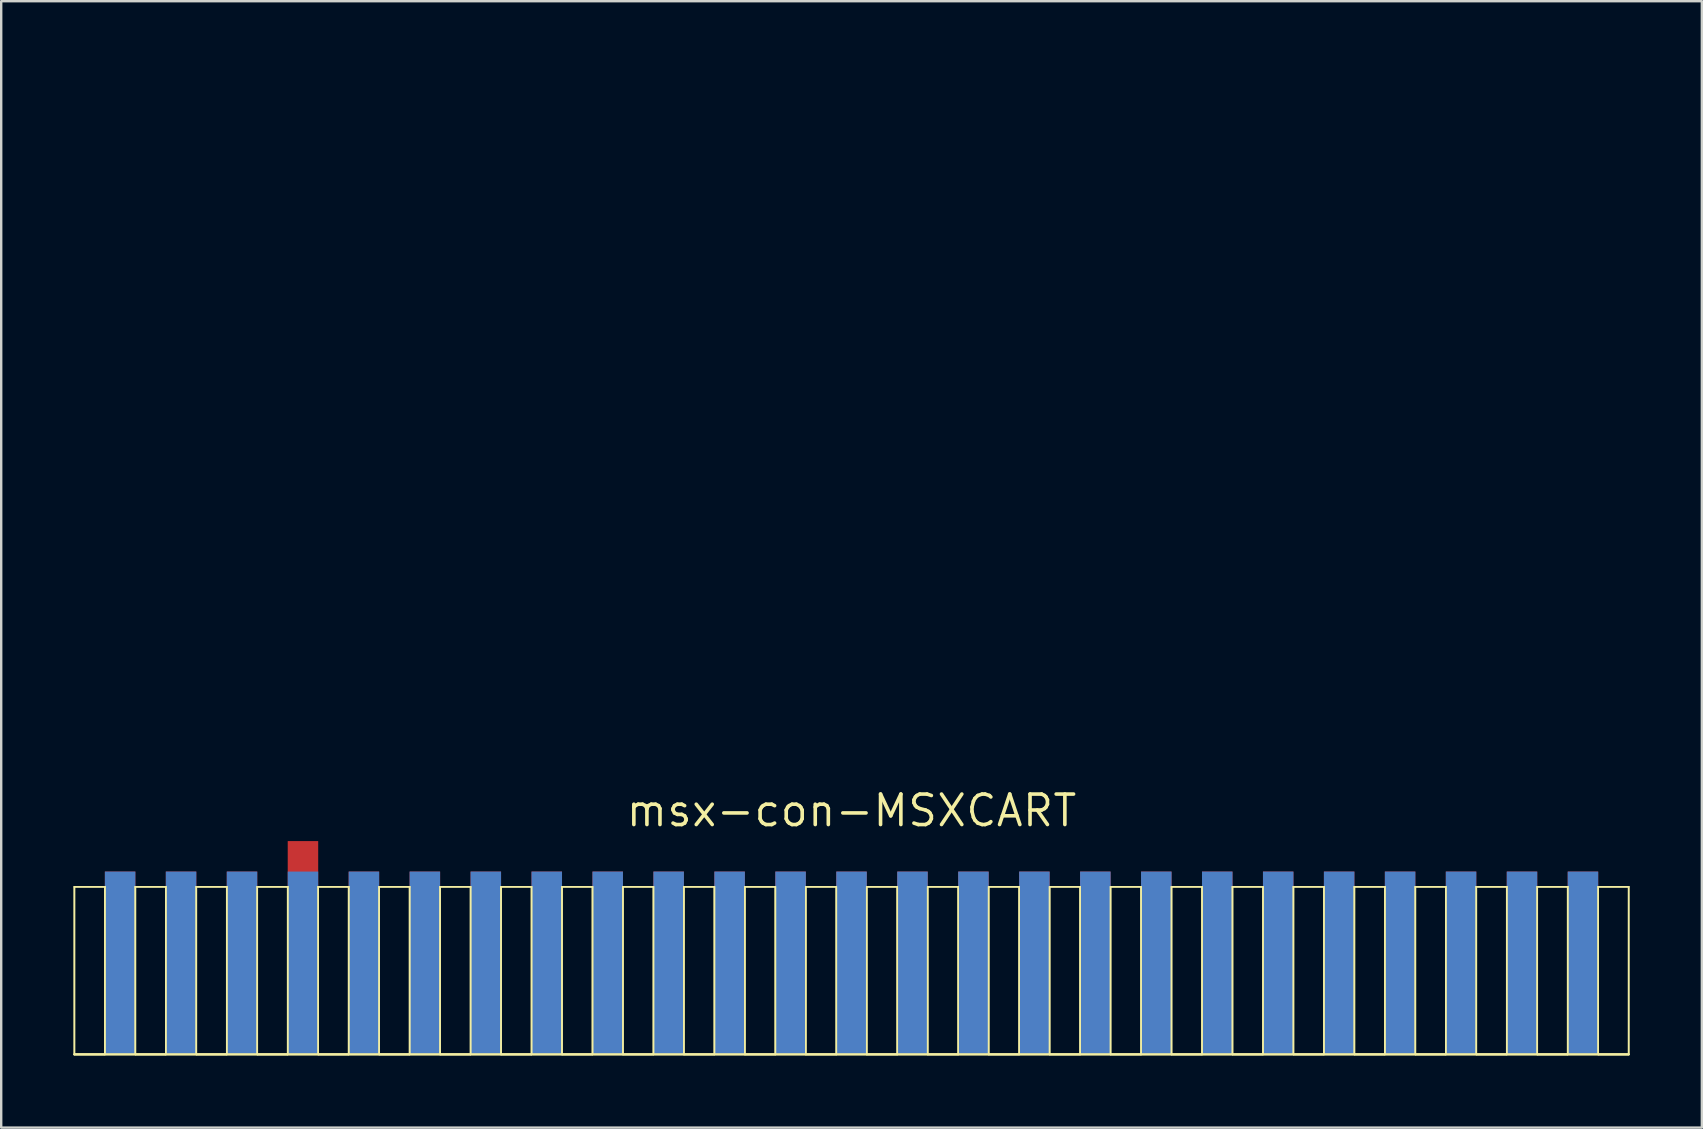
<source format=kicad_pcb>
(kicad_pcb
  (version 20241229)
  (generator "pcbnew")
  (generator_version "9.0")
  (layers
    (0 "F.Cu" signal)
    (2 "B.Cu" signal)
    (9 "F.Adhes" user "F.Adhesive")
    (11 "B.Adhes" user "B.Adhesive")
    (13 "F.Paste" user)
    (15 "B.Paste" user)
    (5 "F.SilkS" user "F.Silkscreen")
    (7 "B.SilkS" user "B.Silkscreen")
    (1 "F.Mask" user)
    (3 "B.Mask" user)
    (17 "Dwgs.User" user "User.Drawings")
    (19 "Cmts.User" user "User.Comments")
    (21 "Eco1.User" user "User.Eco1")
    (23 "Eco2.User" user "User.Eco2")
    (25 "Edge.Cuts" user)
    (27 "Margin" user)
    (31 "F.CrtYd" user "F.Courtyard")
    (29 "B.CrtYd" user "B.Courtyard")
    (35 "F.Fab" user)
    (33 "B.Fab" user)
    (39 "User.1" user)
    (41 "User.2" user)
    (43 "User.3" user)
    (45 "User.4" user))
  (footprint "msx-con-MSXCART"
    (layer "F.Cu")
    (at 28.625 0.25)
    (property "Reference" "msx-con-MSXCART" (at 3.81 30.48 0) (layer "F.SilkS") (effects (font (size 1.27 1.27) (thickness 0.15))))
    (attr smd)
    (fp_line (start -28.575 33.655) (end -27.305 33.655) (stroke (width 0.066) (type solid)) (layer "F.SilkS"))
    (fp_line (start -28.575 33.655) (end -27.305 33.655) (stroke (width 0.066) (type solid)) (layer "F.SilkS"))
    (fp_line (start -28.575 40.64) (end -28.575 33.655) (stroke (width 0.066) (type solid)) (layer "F.SilkS"))
    (fp_line (start -28.575 40.64) (end -28.575 33.655) (stroke (width 0.066) (type solid)) (layer "F.SilkS"))
    (fp_line (start -28.575 40.64) (end -27.305 40.64) (stroke (width 0.066) (type solid)) (layer "F.SilkS"))
    (fp_line (start -28.575 40.64) (end -27.305 40.64) (stroke (width 0.066) (type solid)) (layer "F.SilkS"))
    (fp_line (start -28.575 40.64) (end 36.195 40.64) (stroke (width 0.1) (type solid)) (layer "F.SilkS"))
    (fp_line (start -27.305 40.64) (end -27.305 33.655) (stroke (width 0.066) (type solid)) (layer "F.SilkS"))
    (fp_line (start -27.305 40.64) (end -27.305 33.655) (stroke (width 0.066) (type solid)) (layer "F.SilkS"))
    (fp_line (start -26.035 33.655) (end -24.765 33.655) (stroke (width 0.066) (type solid)) (layer "F.SilkS"))
    (fp_line (start -26.035 33.655) (end -24.765 33.655) (stroke (width 0.066) (type solid)) (layer "F.SilkS"))
    (fp_line (start -26.035 40.64) (end -26.035 33.655) (stroke (width 0.066) (type solid)) (layer "F.SilkS"))
    (fp_line (start -26.035 40.64) (end -26.035 33.655) (stroke (width 0.066) (type solid)) (layer "F.SilkS"))
    (fp_line (start -26.035 40.64) (end -24.765 40.64) (stroke (width 0.066) (type solid)) (layer "F.SilkS"))
    (fp_line (start -26.035 40.64) (end -24.765 40.64) (stroke (width 0.066) (type solid)) (layer "F.SilkS"))
    (fp_line (start -24.765 40.64) (end -24.765 33.655) (stroke (width 0.066) (type solid)) (layer "F.SilkS"))
    (fp_line (start -24.765 40.64) (end -24.765 33.655) (stroke (width 0.066) (type solid)) (layer "F.SilkS"))
    (fp_line (start -23.495 33.655) (end -22.225 33.655) (stroke (width 0.066) (type solid)) (layer "F.SilkS"))
    (fp_line (start -23.495 33.655) (end -22.225 33.655) (stroke (width 0.066) (type solid)) (layer "F.SilkS"))
    (fp_line (start -23.495 40.64) (end -23.495 33.655) (stroke (width 0.066) (type solid)) (layer "F.SilkS"))
    (fp_line (start -23.495 40.64) (end -23.495 33.655) (stroke (width 0.066) (type solid)) (layer "F.SilkS"))
    (fp_line (start -23.495 40.64) (end -22.225 40.64) (stroke (width 0.066) (type solid)) (layer "F.SilkS"))
    (fp_line (start -23.495 40.64) (end -22.225 40.64) (stroke (width 0.066) (type solid)) (layer "F.SilkS"))
    (fp_line (start -22.225 40.64) (end -22.225 33.655) (stroke (width 0.066) (type solid)) (layer "F.SilkS"))
    (fp_line (start -22.225 40.64) (end -22.225 33.655) (stroke (width 0.066) (type solid)) (layer "F.SilkS"))
    (fp_line (start -20.955 33.655) (end -19.685 33.655) (stroke (width 0.066) (type solid)) (layer "F.SilkS"))
    (fp_line (start -20.955 33.655) (end -19.685 33.655) (stroke (width 0.066) (type solid)) (layer "F.SilkS"))
    (fp_line (start -20.955 40.64) (end -20.955 33.655) (stroke (width 0.066) (type solid)) (layer "F.SilkS"))
    (fp_line (start -20.955 40.64) (end -20.955 33.655) (stroke (width 0.066) (type solid)) (layer "F.SilkS"))
    (fp_line (start -20.955 40.64) (end -19.685 40.64) (stroke (width 0.066) (type solid)) (layer "F.SilkS"))
    (fp_line (start -20.955 40.64) (end -19.685 40.64) (stroke (width 0.066) (type solid)) (layer "F.SilkS"))
    (fp_line (start -19.685 40.64) (end -19.685 33.655) (stroke (width 0.066) (type solid)) (layer "F.SilkS"))
    (fp_line (start -19.685 40.64) (end -19.685 33.655) (stroke (width 0.066) (type solid)) (layer "F.SilkS"))
    (fp_line (start -18.415 33.655) (end -17.145 33.655) (stroke (width 0.066) (type solid)) (layer "F.SilkS"))
    (fp_line (start -18.415 33.655) (end -17.145 33.655) (stroke (width 0.066) (type solid)) (layer "F.SilkS"))
    (fp_line (start -18.415 40.64) (end -18.415 33.655) (stroke (width 0.066) (type solid)) (layer "F.SilkS"))
    (fp_line (start -18.415 40.64) (end -18.415 33.655) (stroke (width 0.066) (type solid)) (layer "F.SilkS"))
    (fp_line (start -18.415 40.64) (end -17.145 40.64) (stroke (width 0.066) (type solid)) (layer "F.SilkS"))
    (fp_line (start -18.415 40.64) (end -17.145 40.64) (stroke (width 0.066) (type solid)) (layer "F.SilkS"))
    (fp_line (start -17.145 40.64) (end -17.145 33.655) (stroke (width 0.066) (type solid)) (layer "F.SilkS"))
    (fp_line (start -17.145 40.64) (end -17.145 33.655) (stroke (width 0.066) (type solid)) (layer "F.SilkS"))
    (fp_line (start -15.875 33.655) (end -14.605 33.655) (stroke (width 0.066) (type solid)) (layer "F.SilkS"))
    (fp_line (start -15.875 33.655) (end -14.605 33.655) (stroke (width 0.066) (type solid)) (layer "F.SilkS"))
    (fp_line (start -15.875 40.64) (end -15.875 33.655) (stroke (width 0.066) (type solid)) (layer "F.SilkS"))
    (fp_line (start -15.875 40.64) (end -15.875 33.655) (stroke (width 0.066) (type solid)) (layer "F.SilkS"))
    (fp_line (start -15.875 40.64) (end -14.605 40.64) (stroke (width 0.066) (type solid)) (layer "F.SilkS"))
    (fp_line (start -15.875 40.64) (end -14.605 40.64) (stroke (width 0.066) (type solid)) (layer "F.SilkS"))
    (fp_line (start -14.605 40.64) (end -14.605 33.655) (stroke (width 0.066) (type solid)) (layer "F.SilkS"))
    (fp_line (start -14.605 40.64) (end -14.605 33.655) (stroke (width 0.066) (type solid)) (layer "F.SilkS"))
    (fp_line (start -13.335 33.655) (end -12.065 33.655) (stroke (width 0.066) (type solid)) (layer "F.SilkS"))
    (fp_line (start -13.335 33.655) (end -12.065 33.655) (stroke (width 0.066) (type solid)) (layer "F.SilkS"))
    (fp_line (start -13.335 40.64) (end -13.335 33.655) (stroke (width 0.066) (type solid)) (layer "F.SilkS"))
    (fp_line (start -13.335 40.64) (end -13.335 33.655) (stroke (width 0.066) (type solid)) (layer "F.SilkS"))
    (fp_line (start -13.335 40.64) (end -12.065 40.64) (stroke (width 0.066) (type solid)) (layer "F.SilkS"))
    (fp_line (start -13.335 40.64) (end -12.065 40.64) (stroke (width 0.066) (type solid)) (layer "F.SilkS"))
    (fp_line (start -12.065 40.64) (end -12.065 33.655) (stroke (width 0.066) (type solid)) (layer "F.SilkS"))
    (fp_line (start -12.065 40.64) (end -12.065 33.655) (stroke (width 0.066) (type solid)) (layer "F.SilkS"))
    (fp_line (start -10.795 33.655) (end -9.525 33.655) (stroke (width 0.066) (type solid)) (layer "F.SilkS"))
    (fp_line (start -10.795 33.655) (end -9.525 33.655) (stroke (width 0.066) (type solid)) (layer "F.SilkS"))
    (fp_line (start -10.795 40.64) (end -10.795 33.655) (stroke (width 0.066) (type solid)) (layer "F.SilkS"))
    (fp_line (start -10.795 40.64) (end -10.795 33.655) (stroke (width 0.066) (type solid)) (layer "F.SilkS"))
    (fp_line (start -10.795 40.64) (end -9.525 40.64) (stroke (width 0.066) (type solid)) (layer "F.SilkS"))
    (fp_line (start -10.795 40.64) (end -9.525 40.64) (stroke (width 0.066) (type solid)) (layer "F.SilkS"))
    (fp_line (start -9.525 40.64) (end -9.525 33.655) (stroke (width 0.066) (type solid)) (layer "F.SilkS"))
    (fp_line (start -9.525 40.64) (end -9.525 33.655) (stroke (width 0.066) (type solid)) (layer "F.SilkS"))
    (fp_line (start -8.255 33.655) (end -6.985 33.655) (stroke (width 0.066) (type solid)) (layer "F.SilkS"))
    (fp_line (start -8.255 33.655) (end -6.985 33.655) (stroke (width 0.066) (type solid)) (layer "F.SilkS"))
    (fp_line (start -8.255 40.64) (end -8.255 33.655) (stroke (width 0.066) (type solid)) (layer "F.SilkS"))
    (fp_line (start -8.255 40.64) (end -8.255 33.655) (stroke (width 0.066) (type solid)) (layer "F.SilkS"))
    (fp_line (start -8.255 40.64) (end -6.985 40.64) (stroke (width 0.066) (type solid)) (layer "F.SilkS"))
    (fp_line (start -8.255 40.64) (end -6.985 40.64) (stroke (width 0.066) (type solid)) (layer "F.SilkS"))
    (fp_line (start -6.985 40.64) (end -6.985 33.655) (stroke (width 0.066) (type solid)) (layer "F.SilkS"))
    (fp_line (start -6.985 40.64) (end -6.985 33.655) (stroke (width 0.066) (type solid)) (layer "F.SilkS"))
    (fp_line (start -5.715 33.655) (end -4.445 33.655) (stroke (width 0.066) (type solid)) (layer "F.SilkS"))
    (fp_line (start -5.715 33.655) (end -4.445 33.655) (stroke (width 0.066) (type solid)) (layer "F.SilkS"))
    (fp_line (start -5.715 40.64) (end -5.715 33.655) (stroke (width 0.066) (type solid)) (layer "F.SilkS"))
    (fp_line (start -5.715 40.64) (end -5.715 33.655) (stroke (width 0.066) (type solid)) (layer "F.SilkS"))
    (fp_line (start -5.715 40.64) (end -4.445 40.64) (stroke (width 0.066) (type solid)) (layer "F.SilkS"))
    (fp_line (start -5.715 40.64) (end -4.445 40.64) (stroke (width 0.066) (type solid)) (layer "F.SilkS"))
    (fp_line (start -4.445 40.64) (end -4.445 33.655) (stroke (width 0.066) (type solid)) (layer "F.SilkS"))
    (fp_line (start -4.445 40.64) (end -4.445 33.655) (stroke (width 0.066) (type solid)) (layer "F.SilkS"))
    (fp_line (start -3.175 33.655) (end -1.905 33.655) (stroke (width 0.066) (type solid)) (layer "F.SilkS"))
    (fp_line (start -3.175 33.655) (end -1.905 33.655) (stroke (width 0.066) (type solid)) (layer "F.SilkS"))
    (fp_line (start -3.175 40.64) (end -3.175 33.655) (stroke (width 0.066) (type solid)) (layer "F.SilkS"))
    (fp_line (start -3.175 40.64) (end -3.175 33.655) (stroke (width 0.066) (type solid)) (layer "F.SilkS"))
    (fp_line (start -3.175 40.64) (end -1.905 40.64) (stroke (width 0.066) (type solid)) (layer "F.SilkS"))
    (fp_line (start -3.175 40.64) (end -1.905 40.64) (stroke (width 0.066) (type solid)) (layer "F.SilkS"))
    (fp_line (start -1.905 40.64) (end -1.905 33.655) (stroke (width 0.066) (type solid)) (layer "F.SilkS"))
    (fp_line (start -1.905 40.64) (end -1.905 33.655) (stroke (width 0.066) (type solid)) (layer "F.SilkS"))
    (fp_line (start -0.635 33.655) (end 0.635 33.655) (stroke (width 0.066) (type solid)) (layer "F.SilkS"))
    (fp_line (start -0.635 33.655) (end 0.635 33.655) (stroke (width 0.066) (type solid)) (layer "F.SilkS"))
    (fp_line (start -0.635 40.64) (end -0.635 33.655) (stroke (width 0.066) (type solid)) (layer "F.SilkS"))
    (fp_line (start -0.635 40.64) (end -0.635 33.655) (stroke (width 0.066) (type solid)) (layer "F.SilkS"))
    (fp_line (start -0.635 40.64) (end 0.635 40.64) (stroke (width 0.066) (type solid)) (layer "F.SilkS"))
    (fp_line (start -0.635 40.64) (end 0.635 40.64) (stroke (width 0.066) (type solid)) (layer "F.SilkS"))
    (fp_line (start 0.635 40.64) (end 0.635 33.655) (stroke (width 0.066) (type solid)) (layer "F.SilkS"))
    (fp_line (start 0.635 40.64) (end 0.635 33.655) (stroke (width 0.066) (type solid)) (layer "F.SilkS"))
    (fp_line (start 1.905 33.655) (end 3.175 33.655) (stroke (width 0.066) (type solid)) (layer "F.SilkS"))
    (fp_line (start 1.905 33.655) (end 3.175 33.655) (stroke (width 0.066) (type solid)) (layer "F.SilkS"))
    (fp_line (start 1.905 40.64) (end 1.905 33.655) (stroke (width 0.066) (type solid)) (layer "F.SilkS"))
    (fp_line (start 1.905 40.64) (end 1.905 33.655) (stroke (width 0.066) (type solid)) (layer "F.SilkS"))
    (fp_line (start 1.905 40.64) (end 3.175 40.64) (stroke (width 0.066) (type solid)) (layer "F.SilkS"))
    (fp_line (start 1.905 40.64) (end 3.175 40.64) (stroke (width 0.066) (type solid)) (layer "F.SilkS"))
    (fp_line (start 3.175 40.64) (end 3.175 33.655) (stroke (width 0.066) (type solid)) (layer "F.SilkS"))
    (fp_line (start 3.175 40.64) (end 3.175 33.655) (stroke (width 0.066) (type solid)) (layer "F.SilkS"))
    (fp_line (start 4.445 33.655) (end 5.715 33.655) (stroke (width 0.066) (type solid)) (layer "F.SilkS"))
    (fp_line (start 4.445 33.655) (end 5.715 33.655) (stroke (width 0.066) (type solid)) (layer "F.SilkS"))
    (fp_line (start 4.445 40.64) (end 4.445 33.655) (stroke (width 0.066) (type solid)) (layer "F.SilkS"))
    (fp_line (start 4.445 40.64) (end 4.445 33.655) (stroke (width 0.066) (type solid)) (layer "F.SilkS"))
    (fp_line (start 4.445 40.64) (end 5.715 40.64) (stroke (width 0.066) (type solid)) (layer "F.SilkS"))
    (fp_line (start 4.445 40.64) (end 5.715 40.64) (stroke (width 0.066) (type solid)) (layer "F.SilkS"))
    (fp_line (start 5.715 40.64) (end 5.715 33.655) (stroke (width 0.066) (type solid)) (layer "F.SilkS"))
    (fp_line (start 5.715 40.64) (end 5.715 33.655) (stroke (width 0.066) (type solid)) (layer "F.SilkS"))
    (fp_line (start 6.985 33.655) (end 8.255 33.655) (stroke (width 0.066) (type solid)) (layer "F.SilkS"))
    (fp_line (start 6.985 33.655) (end 8.255 33.655) (stroke (width 0.066) (type solid)) (layer "F.SilkS"))
    (fp_line (start 6.985 40.64) (end 6.985 33.655) (stroke (width 0.066) (type solid)) (layer "F.SilkS"))
    (fp_line (start 6.985 40.64) (end 6.985 33.655) (stroke (width 0.066) (type solid)) (layer "F.SilkS"))
    (fp_line (start 6.985 40.64) (end 8.255 40.64) (stroke (width 0.066) (type solid)) (layer "F.SilkS"))
    (fp_line (start 6.985 40.64) (end 8.255 40.64) (stroke (width 0.066) (type solid)) (layer "F.SilkS"))
    (fp_line (start 8.255 40.64) (end 8.255 33.655) (stroke (width 0.066) (type solid)) (layer "F.SilkS"))
    (fp_line (start 8.255 40.64) (end 8.255 33.655) (stroke (width 0.066) (type solid)) (layer "F.SilkS"))
    (fp_line (start 9.525 33.655) (end 10.795 33.655) (stroke (width 0.066) (type solid)) (layer "F.SilkS"))
    (fp_line (start 9.525 33.655) (end 10.795 33.655) (stroke (width 0.066) (type solid)) (layer "F.SilkS"))
    (fp_line (start 9.525 40.64) (end 9.525 33.655) (stroke (width 0.066) (type solid)) (layer "F.SilkS"))
    (fp_line (start 9.525 40.64) (end 9.525 33.655) (stroke (width 0.066) (type solid)) (layer "F.SilkS"))
    (fp_line (start 9.525 40.64) (end 10.795 40.64) (stroke (width 0.066) (type solid)) (layer "F.SilkS"))
    (fp_line (start 9.525 40.64) (end 10.795 40.64) (stroke (width 0.066) (type solid)) (layer "F.SilkS"))
    (fp_line (start 10.795 40.64) (end 10.795 33.655) (stroke (width 0.066) (type solid)) (layer "F.SilkS"))
    (fp_line (start 10.795 40.64) (end 10.795 33.655) (stroke (width 0.066) (type solid)) (layer "F.SilkS"))
    (fp_line (start 12.065 33.655) (end 13.335 33.655) (stroke (width 0.066) (type solid)) (layer "F.SilkS"))
    (fp_line (start 12.065 33.655) (end 13.335 33.655) (stroke (width 0.066) (type solid)) (layer "F.SilkS"))
    (fp_line (start 12.065 40.64) (end 12.065 33.655) (stroke (width 0.066) (type solid)) (layer "F.SilkS"))
    (fp_line (start 12.065 40.64) (end 12.065 33.655) (stroke (width 0.066) (type solid)) (layer "F.SilkS"))
    (fp_line (start 12.065 40.64) (end 13.335 40.64) (stroke (width 0.066) (type solid)) (layer "F.SilkS"))
    (fp_line (start 12.065 40.64) (end 13.335 40.64) (stroke (width 0.066) (type solid)) (layer "F.SilkS"))
    (fp_line (start 13.335 40.64) (end 13.335 33.655) (stroke (width 0.066) (type solid)) (layer "F.SilkS"))
    (fp_line (start 13.335 40.64) (end 13.335 33.655) (stroke (width 0.066) (type solid)) (layer "F.SilkS"))
    (fp_line (start 14.605 33.655) (end 15.875 33.655) (stroke (width 0.066) (type solid)) (layer "F.SilkS"))
    (fp_line (start 14.605 33.655) (end 15.875 33.655) (stroke (width 0.066) (type solid)) (layer "F.SilkS"))
    (fp_line (start 14.605 40.64) (end 14.605 33.655) (stroke (width 0.066) (type solid)) (layer "F.SilkS"))
    (fp_line (start 14.605 40.64) (end 14.605 33.655) (stroke (width 0.066) (type solid)) (layer "F.SilkS"))
    (fp_line (start 14.605 40.64) (end 15.875 40.64) (stroke (width 0.066) (type solid)) (layer "F.SilkS"))
    (fp_line (start 14.605 40.64) (end 15.875 40.64) (stroke (width 0.066) (type solid)) (layer "F.SilkS"))
    (fp_line (start 15.875 40.64) (end 15.875 33.655) (stroke (width 0.066) (type solid)) (layer "F.SilkS"))
    (fp_line (start 15.875 40.64) (end 15.875 33.655) (stroke (width 0.066) (type solid)) (layer "F.SilkS"))
    (fp_line (start 17.145 33.655) (end 18.415 33.655) (stroke (width 0.066) (type solid)) (layer "F.SilkS"))
    (fp_line (start 17.145 33.655) (end 18.415 33.655) (stroke (width 0.066) (type solid)) (layer "F.SilkS"))
    (fp_line (start 17.145 40.64) (end 17.145 33.655) (stroke (width 0.066) (type solid)) (layer "F.SilkS"))
    (fp_line (start 17.145 40.64) (end 17.145 33.655) (stroke (width 0.066) (type solid)) (layer "F.SilkS"))
    (fp_line (start 17.145 40.64) (end 18.415 40.64) (stroke (width 0.066) (type solid)) (layer "F.SilkS"))
    (fp_line (start 17.145 40.64) (end 18.415 40.64) (stroke (width 0.066) (type solid)) (layer "F.SilkS"))
    (fp_line (start 18.415 40.64) (end 18.415 33.655) (stroke (width 0.066) (type solid)) (layer "F.SilkS"))
    (fp_line (start 18.415 40.64) (end 18.415 33.655) (stroke (width 0.066) (type solid)) (layer "F.SilkS"))
    (fp_line (start 19.685 33.655) (end 20.955 33.655) (stroke (width 0.066) (type solid)) (layer "F.SilkS"))
    (fp_line (start 19.685 33.655) (end 20.955 33.655) (stroke (width 0.066) (type solid)) (layer "F.SilkS"))
    (fp_line (start 19.685 40.64) (end 19.685 33.655) (stroke (width 0.066) (type solid)) (layer "F.SilkS"))
    (fp_line (start 19.685 40.64) (end 19.685 33.655) (stroke (width 0.066) (type solid)) (layer "F.SilkS"))
    (fp_line (start 19.685 40.64) (end 20.955 40.64) (stroke (width 0.066) (type solid)) (layer "F.SilkS"))
    (fp_line (start 19.685 40.64) (end 20.955 40.64) (stroke (width 0.066) (type solid)) (layer "F.SilkS"))
    (fp_line (start 20.955 40.64) (end 20.955 33.655) (stroke (width 0.066) (type solid)) (layer "F.SilkS"))
    (fp_line (start 20.955 40.64) (end 20.955 33.655) (stroke (width 0.066) (type solid)) (layer "F.SilkS"))
    (fp_line (start 22.225 33.655) (end 23.495 33.655) (stroke (width 0.066) (type solid)) (layer "F.SilkS"))
    (fp_line (start 22.225 33.655) (end 23.495 33.655) (stroke (width 0.066) (type solid)) (layer "F.SilkS"))
    (fp_line (start 22.225 40.64) (end 22.225 33.655) (stroke (width 0.066) (type solid)) (layer "F.SilkS"))
    (fp_line (start 22.225 40.64) (end 22.225 33.655) (stroke (width 0.066) (type solid)) (layer "F.SilkS"))
    (fp_line (start 22.225 40.64) (end 23.495 40.64) (stroke (width 0.066) (type solid)) (layer "F.SilkS"))
    (fp_line (start 22.225 40.64) (end 23.495 40.64) (stroke (width 0.066) (type solid)) (layer "F.SilkS"))
    (fp_line (start 23.495 40.64) (end 23.495 33.655) (stroke (width 0.066) (type solid)) (layer "F.SilkS"))
    (fp_line (start 23.495 40.64) (end 23.495 33.655) (stroke (width 0.066) (type solid)) (layer "F.SilkS"))
    (fp_line (start 24.765 33.655) (end 26.035 33.655) (stroke (width 0.066) (type solid)) (layer "F.SilkS"))
    (fp_line (start 24.765 33.655) (end 26.035 33.655) (stroke (width 0.066) (type solid)) (layer "F.SilkS"))
    (fp_line (start 24.765 40.64) (end 24.765 33.655) (stroke (width 0.066) (type solid)) (layer "F.SilkS"))
    (fp_line (start 24.765 40.64) (end 24.765 33.655) (stroke (width 0.066) (type solid)) (layer "F.SilkS"))
    (fp_line (start 24.765 40.64) (end 26.035 40.64) (stroke (width 0.066) (type solid)) (layer "F.SilkS"))
    (fp_line (start 24.765 40.64) (end 26.035 40.64) (stroke (width 0.066) (type solid)) (layer "F.SilkS"))
    (fp_line (start 26.035 40.64) (end 26.035 33.655) (stroke (width 0.066) (type solid)) (layer "F.SilkS"))
    (fp_line (start 26.035 40.64) (end 26.035 33.655) (stroke (width 0.066) (type solid)) (layer "F.SilkS"))
    (fp_line (start 27.305 33.655) (end 28.575 33.655) (stroke (width 0.066) (type solid)) (layer "F.SilkS"))
    (fp_line (start 27.305 33.655) (end 28.575 33.655) (stroke (width 0.066) (type solid)) (layer "F.SilkS"))
    (fp_line (start 27.305 40.64) (end 27.305 33.655) (stroke (width 0.066) (type solid)) (layer "F.SilkS"))
    (fp_line (start 27.305 40.64) (end 27.305 33.655) (stroke (width 0.066) (type solid)) (layer "F.SilkS"))
    (fp_line (start 27.305 40.64) (end 28.575 40.64) (stroke (width 0.066) (type solid)) (layer "F.SilkS"))
    (fp_line (start 27.305 40.64) (end 28.575 40.64) (stroke (width 0.066) (type solid)) (layer "F.SilkS"))
    (fp_line (start 28.575 40.64) (end 28.575 33.655) (stroke (width 0.066) (type solid)) (layer "F.SilkS"))
    (fp_line (start 28.575 40.64) (end 28.575 33.655) (stroke (width 0.066) (type solid)) (layer "F.SilkS"))
    (fp_line (start 29.845 33.655) (end 31.115 33.655) (stroke (width 0.066) (type solid)) (layer "F.SilkS"))
    (fp_line (start 29.845 33.655) (end 31.115 33.655) (stroke (width 0.066) (type solid)) (layer "F.SilkS"))
    (fp_line (start 29.845 40.64) (end 29.845 33.655) (stroke (width 0.066) (type solid)) (layer "F.SilkS"))
    (fp_line (start 29.845 40.64) (end 29.845 33.655) (stroke (width 0.066) (type solid)) (layer "F.SilkS"))
    (fp_line (start 29.845 40.64) (end 31.115 40.64) (stroke (width 0.066) (type solid)) (layer "F.SilkS"))
    (fp_line (start 29.845 40.64) (end 31.115 40.64) (stroke (width 0.066) (type solid)) (layer "F.SilkS"))
    (fp_line (start 31.115 40.64) (end 31.115 33.655) (stroke (width 0.066) (type solid)) (layer "F.SilkS"))
    (fp_line (start 31.115 40.64) (end 31.115 33.655) (stroke (width 0.066) (type solid)) (layer "F.SilkS"))
    (fp_line (start 32.385 33.655) (end 33.655 33.655) (stroke (width 0.066) (type solid)) (layer "F.SilkS"))
    (fp_line (start 32.385 33.655) (end 33.655 33.655) (stroke (width 0.066) (type solid)) (layer "F.SilkS"))
    (fp_line (start 32.385 40.64) (end 32.385 33.655) (stroke (width 0.066) (type solid)) (layer "F.SilkS"))
    (fp_line (start 32.385 40.64) (end 32.385 33.655) (stroke (width 0.066) (type solid)) (layer "F.SilkS"))
    (fp_line (start 32.385 40.64) (end 33.655 40.64) (stroke (width 0.066) (type solid)) (layer "F.SilkS"))
    (fp_line (start 32.385 40.64) (end 33.655 40.64) (stroke (width 0.066) (type solid)) (layer "F.SilkS"))
    (fp_line (start 33.655 40.64) (end 33.655 33.655) (stroke (width 0.066) (type solid)) (layer "F.SilkS"))
    (fp_line (start 33.655 40.64) (end 33.655 33.655) (stroke (width 0.066) (type solid)) (layer "F.SilkS"))
    (fp_line (start 34.925 33.655) (end 36.195 33.655) (stroke (width 0.066) (type solid)) (layer "F.SilkS"))
    (fp_line (start 34.925 33.655) (end 36.195 33.655) (stroke (width 0.066) (type solid)) (layer "F.SilkS"))
    (fp_line (start 34.925 40.64) (end 34.925 33.655) (stroke (width 0.066) (type solid)) (layer "F.SilkS"))
    (fp_line (start 34.925 40.64) (end 34.925 33.655) (stroke (width 0.066) (type solid)) (layer "F.SilkS"))
    (fp_line (start 34.925 40.64) (end 36.195 40.64) (stroke (width 0.066) (type solid)) (layer "F.SilkS"))
    (fp_line (start 34.925 40.64) (end 36.195 40.64) (stroke (width 0.066) (type solid)) (layer "F.SilkS"))
    (fp_line (start 36.195 40.64) (end 36.195 33.655) (stroke (width 0.066) (type solid)) (layer "F.SilkS"))
    (fp_line (start 36.195 40.64) (end 36.195 33.655) (stroke (width 0.066) (type solid)) (layer "F.SilkS"))
    (pad "+5V1" smd rect (at -24.13 36.83) (size 1.27 7.62) (layers "B.Cu" "B.Mask"))
    (pad "+5V2" smd rect (at -21.59 36.83) (size 1.27 7.62) (layers "B.Cu" "B.Mask"))
    (pad "+12V" smd rect (at -24.13 36.83) (size 1.27 7.62) (layers "F.Cu" "F.Mask" "F.Paste"))
    (pad "-12V" smd rect (at -26.67 36.83) (size 1.27 7.62) (layers "F.Cu" "F.Mask" "F.Paste"))
    (pad "/BUSDIR" smd rect (at 24.13 36.83) (size 1.27 7.62) (layers "F.Cu" "F.Mask" "F.Paste"))
    (pad "/CS1" smd rect (at 34.29 36.83) (size 1.27 7.62) (layers "B.Cu" "B.Mask"))
    (pad "/CS2" smd rect (at 34.29 36.83) (size 1.27 7.62) (layers "F.Cu" "F.Mask" "F.Paste"))
    (pad "/CS12" smd rect (at 31.75 36.83) (size 1.27 7.62) (layers "B.Cu" "B.Mask"))
    (pad "/INT" smd rect (at 26.67 36.83) (size 1.27 7.62) (layers "F.Cu" "F.Mask" "F.Paste"))
    (pad "/IORQ" smd rect (at 21.59 36.83) (size 1.27 7.62) (layers "B.Cu" "B.Mask"))
    (pad "/M1" smd rect (at 24.13 36.83) (size 1.27 7.62) (layers "B.Cu" "B.Mask"))
    (pad "/MREQ" smd rect (at 21.59 36.83) (size 1.27 7.62) (layers "F.Cu" "F.Mask" "F.Paste"))
    (pad "/RD" smd rect (at 19.05 36.83) (size 1.27 7.62) (layers "F.Cu" "F.Mask" "F.Paste"))
    (pad "/RESET" smd rect (at 16.51 36.83) (size 1.27 7.62) (layers "B.Cu" "B.Mask"))
    (pad "/RESV1" smd rect (at 16.51 36.83) (size 1.27 7.62) (layers "F.Cu" "F.Mask" "F.Paste"))
    (pad "/RESV2" smd rect (at 29.21 36.83) (size 1.27 7.62) (layers "B.Cu" "B.Mask"))
    (pad "/RFSH" smd rect (at 29.21 36.83) (size 1.27 7.62) (layers "F.Cu" "F.Mask" "F.Paste"))
    (pad "/SLTSL" smd rect (at 31.75 36.83) (size 1.27 7.62) (layers "F.Cu" "F.Mask" "F.Paste"))
    (pad "/WAIT" smd rect (at 26.67 36.83) (size 1.27 7.62) (layers "B.Cu" "B.Mask"))
    (pad "/WR" smd rect (at 19.05 36.83) (size 1.27 7.62) (layers "B.Cu" "B.Mask"))
    (pad "A0" smd rect (at 1.27 36.83) (size 1.27 7.62) (layers "F.Cu" "F.Mask" "F.Paste"))
    (pad "A1" smd rect (at 1.27 36.83) (size 1.27 7.62) (layers "B.Cu" "B.Mask"))
    (pad "A2" smd rect (at -1.27 36.83) (size 1.27 7.62) (layers "F.Cu" "F.Mask" "F.Paste"))
    (pad "A3" smd rect (at -1.27 36.83) (size 1.27 7.62) (layers "B.Cu" "B.Mask"))
    (pad "A4" smd rect (at -3.81 36.83) (size 1.27 7.62) (layers "F.Cu" "F.Mask" "F.Paste"))
    (pad "A5" smd rect (at -3.81 36.83) (size 1.27 7.62) (layers "B.Cu" "B.Mask"))
    (pad "A6" smd rect (at 8.89 36.83) (size 1.27 7.62) (layers "F.Cu" "F.Mask" "F.Paste"))
    (pad "A7" smd rect (at 8.89 36.83) (size 1.27 7.62) (layers "B.Cu" "B.Mask"))
    (pad "A8" smd rect (at 6.35 36.83) (size 1.27 7.62) (layers "F.Cu" "F.Mask" "F.Paste"))
    (pad "A9" smd rect (at 13.97 36.83) (size 1.27 7.62) (layers "B.Cu" "B.Mask"))
    (pad "A10" smd rect (at 11.43 36.83) (size 1.27 7.62) (layers "F.Cu" "F.Mask" "F.Paste"))
    (pad "A11" smd rect (at 11.43 36.83) (size 1.27 7.62) (layers "B.Cu" "B.Mask"))
    (pad "A12" smd rect (at 6.35 36.83) (size 1.27 7.62) (layers "B.Cu" "B.Mask"))
    (pad "A13" smd rect (at 3.81 36.83) (size 1.27 7.62) (layers "F.Cu" "F.Mask" "F.Paste"))
    (pad "A14" smd rect (at 3.81 36.83) (size 1.27 7.62) (layers "B.Cu" "B.Mask"))
    (pad "A15" smd rect (at 13.97 36.83) (size 1.27 7.62) (layers "F.Cu" "F.Mask" "F.Paste"))
    (pad "CLOCK" smd rect (at -16.51 36.83) (size 1.27 7.62) (layers "F.Cu" "F.Mask" "F.Paste"))
    (pad "D0" smd rect (at -6.35 36.83) (size 1.27 7.62) (layers "F.Cu" "F.Mask" "F.Paste"))
    (pad "D1" smd rect (at -6.35 36.83) (size 1.27 7.62) (layers "B.Cu" "B.Mask"))
    (pad "D2" smd rect (at -8.89 36.83) (size 1.27 7.62) (layers "F.Cu" "F.Mask" "F.Paste"))
    (pad "D3" smd rect (at -8.89 36.83) (size 1.27 7.62) (layers "B.Cu" "B.Mask"))
    (pad "D4" smd rect (at -11.43 36.83) (size 1.27 7.62) (layers "F.Cu" "F.Mask" "F.Paste"))
    (pad "D5" smd rect (at -11.43 36.83) (size 1.27 7.62) (layers "B.Cu" "B.Mask"))
    (pad "D6" smd rect (at -13.97 36.83) (size 1.27 7.62) (layers "F.Cu" "F.Mask" "F.Paste"))
    (pad "D7" smd rect (at -13.97 36.83) (size 1.27 7.62) (layers "B.Cu" "B.Mask"))
    (pad "GND1" smd rect (at -19.05 36.83) (size 1.27 7.62) (layers "B.Cu" "B.Mask"))
    (pad "GND2" smd rect (at -16.51 36.83) (size 1.27 7.62) (layers "B.Cu" "B.Mask"))
    (pad "SOUNDIN" smd rect (at -26.67 36.83) (size 1.27 7.62) (layers "B.Cu" "B.Mask"))
    (pad "SW1" smd rect (at -19.05 35.56) (size 1.27 7.62) (layers "F.Cu" "F.Mask" "F.Paste"))
    (pad "SW2" smd rect (at -21.59 36.83) (size 1.27 7.62) (layers "F.Cu" "F.Mask" "F.Paste")))
  (gr_rect
    (start -3 -3)
    (end 67.87 43.94)
    (stroke (width 0.1) (type default))
    (fill no)
    (layer "Edge.Cuts")))
</source>
